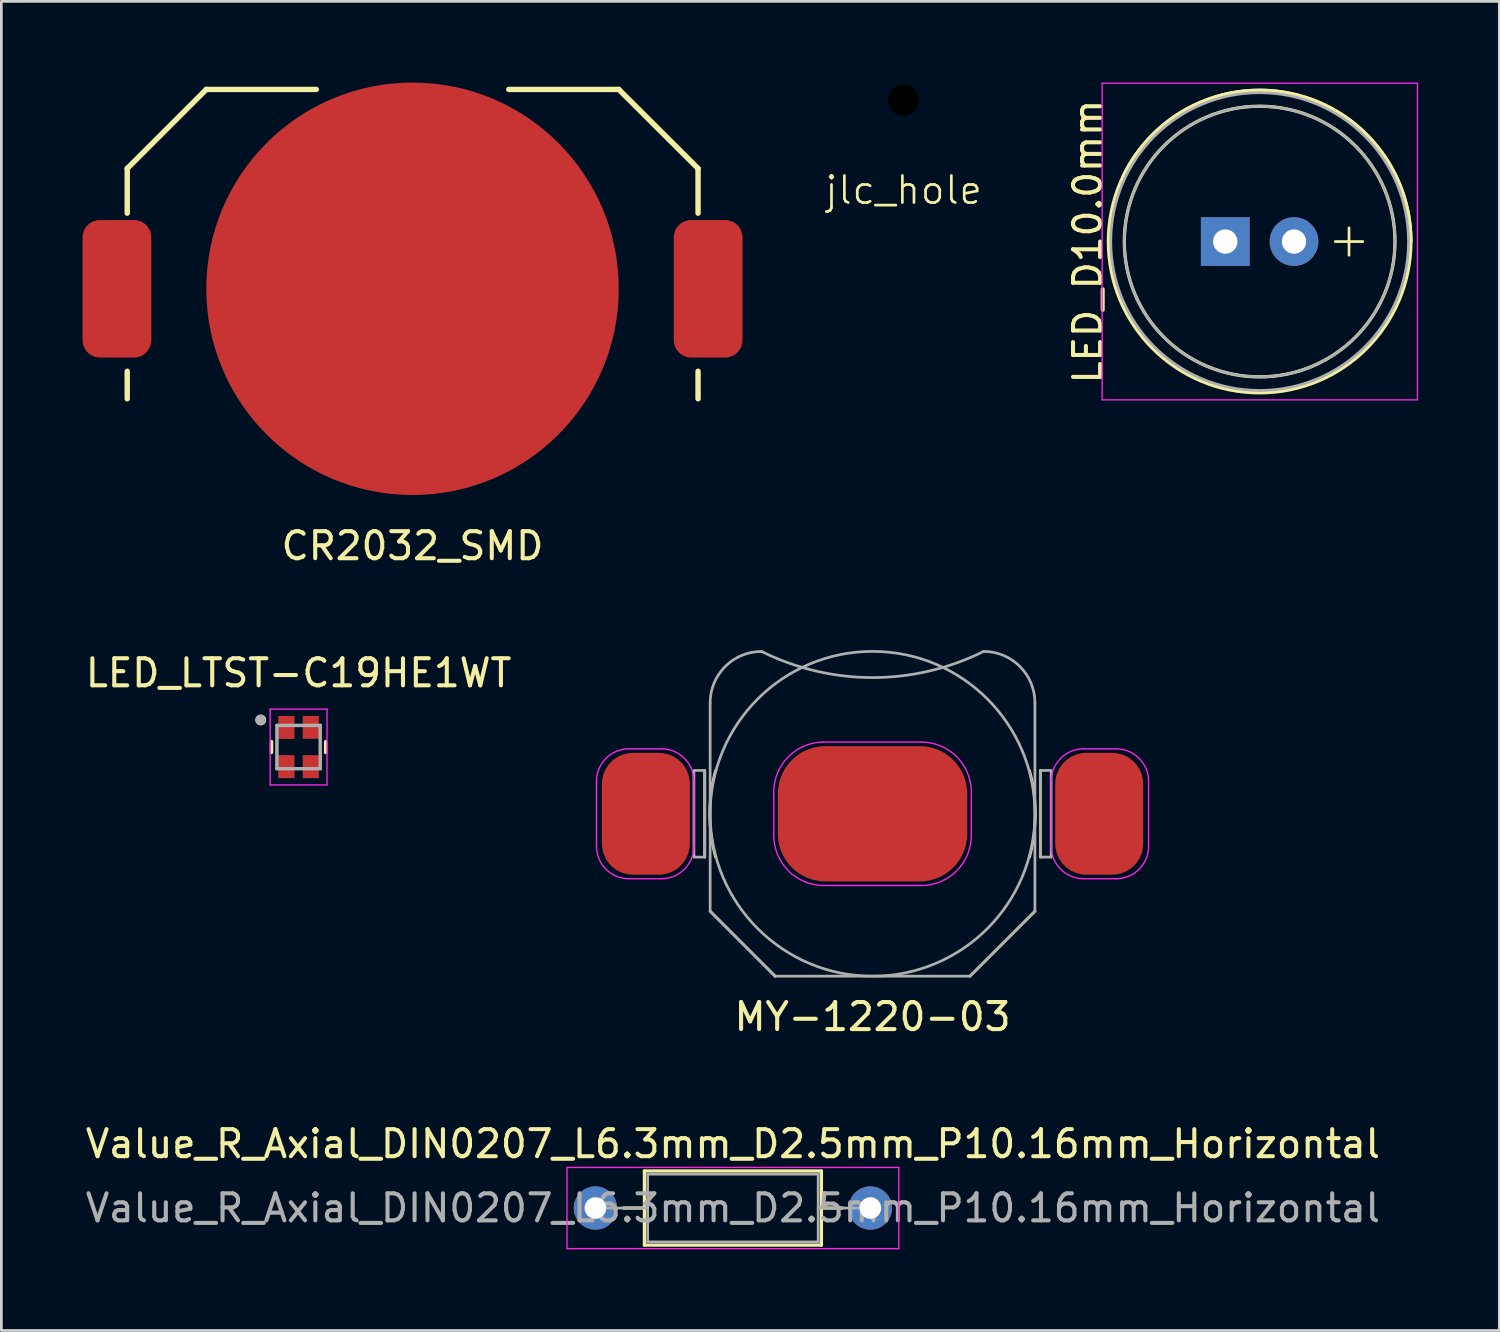
<source format=kicad_pcb>
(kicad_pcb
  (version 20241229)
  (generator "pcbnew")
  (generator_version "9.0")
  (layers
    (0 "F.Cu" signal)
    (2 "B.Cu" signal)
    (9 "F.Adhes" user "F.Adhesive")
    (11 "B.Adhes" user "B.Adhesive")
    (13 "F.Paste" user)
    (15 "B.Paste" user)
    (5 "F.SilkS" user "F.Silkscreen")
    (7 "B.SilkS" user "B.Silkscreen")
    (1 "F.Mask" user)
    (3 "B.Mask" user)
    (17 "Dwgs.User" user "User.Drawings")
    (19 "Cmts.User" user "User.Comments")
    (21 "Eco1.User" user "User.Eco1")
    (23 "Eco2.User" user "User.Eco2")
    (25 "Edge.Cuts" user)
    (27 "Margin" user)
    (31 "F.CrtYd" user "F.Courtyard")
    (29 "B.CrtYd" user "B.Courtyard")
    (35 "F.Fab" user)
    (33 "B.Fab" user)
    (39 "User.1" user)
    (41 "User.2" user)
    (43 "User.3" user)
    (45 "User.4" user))
  (footprint "LED_D10.0mm"
    (layer "F.Cu")
    (at 42.222 5.875)
    (property "Reference" "LED_D10.0mm" (at -5.08 0 90) (layer "F.SilkS") (effects (font (size 1 1) (thickness 0.15))))
    (attr through_hole)
    (fp_line (start 4.064 0) (end 5.08 0) (stroke (width 0.1) (type default)) (layer "F.SilkS"))
    (fp_line (start 4.572 -0.508) (end 4.572 0.508) (stroke (width 0.1) (type default)) (layer "F.SilkS"))
    (fp_arc (start -3.79 -2.375816) (mid 2.484794 -5.456407) (end 6.859998 -0.004741) (stroke (width 0.12) (type solid)) (layer "F.SilkS"))
    (fp_circle (center 1.27 0) (end 6.27 0) (stroke (width 0.12) (type solid)) (fill no) (layer "F.SilkS"))
    (fp_circle (center 1.27 0) (end 6.859 0) (stroke (width 0.12) (type default)) (fill no) (layer "F.SilkS"))
    (fp_line (start -4.55 -5.85) (end -4.55 5.85) (stroke (width 0.05) (type solid)) (layer "F.CrtYd"))
    (fp_line (start -4.55 5.85) (end 7.1 5.85) (stroke (width 0.05) (type solid)) (layer "F.CrtYd"))
    (fp_line (start 7.1 -5.85) (end -4.55 -5.85) (stroke (width 0.05) (type solid)) (layer "F.CrtYd"))
    (fp_line (start 7.1 5.85) (end 7.1 -5.85) (stroke (width 0.05) (type solid)) (layer "F.CrtYd"))
    (fp_circle (center 1.27 0) (end -3.73 -2.291) (stroke (width 0.1) (type default)) (fill no) (layer "F.Fab"))
    (fp_circle (center 1.27 0) (end 6.27 0) (stroke (width 0.1) (type solid)) (fill no) (layer "F.Fab"))
    (pad "1" thru_hole rect (at 0 0) (size 1.8 1.8) (drill 0.9) (layers "*.Cu" "*.Mask"))
    (pad "2" thru_hole circle (at 2.54 0) (size 1.8 1.8) (drill 0.9) (layers "*.Cu" "*.Mask")))
  (footprint "Value_R_Axial_DIN0207_L6.3mm_D2.5mm_P10.16mm_Horizontal"
    (layer "F.Cu")
    (at 18.95 41.585)
    (property "Reference" "Value_R_Axial_DIN0207_L6.3mm_D2.5mm_P10.16mm_Horizontal" (at 5.08 -2.37 0) (layer "F.SilkS") (effects (font (size 1 1) (thickness 0.15))))
    (attr through_hole)
    (fp_line (start 1.04 0) (end 1.81 0) (stroke (width 0.12) (type solid)) (layer "F.SilkS"))
    (fp_line (start 1.81 -1.37) (end 1.81 1.37) (stroke (width 0.12) (type solid)) (layer "F.SilkS"))
    (fp_line (start 1.81 1.37) (end 8.35 1.37) (stroke (width 0.12) (type solid)) (layer "F.SilkS"))
    (fp_line (start 8.35 -1.37) (end 1.81 -1.37) (stroke (width 0.12) (type solid)) (layer "F.SilkS"))
    (fp_line (start 8.35 1.37) (end 8.35 -1.37) (stroke (width 0.12) (type solid)) (layer "F.SilkS"))
    (fp_line (start 9.12 0) (end 8.35 0) (stroke (width 0.12) (type solid)) (layer "F.SilkS"))
    (fp_line (start -1.05 -1.5) (end -1.05 1.5) (stroke (width 0.05) (type solid)) (layer "F.CrtYd"))
    (fp_line (start -1.05 1.5) (end 11.21 1.5) (stroke (width 0.05) (type solid)) (layer "F.CrtYd"))
    (fp_line (start 11.21 -1.5) (end -1.05 -1.5) (stroke (width 0.05) (type solid)) (layer "F.CrtYd"))
    (fp_line (start 11.21 1.5) (end 11.21 -1.5) (stroke (width 0.05) (type solid)) (layer "F.CrtYd"))
    (fp_line (start 0 0) (end 1.93 0) (stroke (width 0.1) (type solid)) (layer "F.Fab"))
    (fp_line (start 1.93 -1.25) (end 1.93 1.25) (stroke (width 0.1) (type solid)) (layer "F.Fab"))
    (fp_line (start 1.93 1.25) (end 8.23 1.25) (stroke (width 0.1) (type solid)) (layer "F.Fab"))
    (fp_line (start 8.23 -1.25) (end 1.93 -1.25) (stroke (width 0.1) (type solid)) (layer "F.Fab"))
    (fp_line (start 8.23 1.25) (end 8.23 -1.25) (stroke (width 0.1) (type solid)) (layer "F.Fab"))
    (fp_line (start 10.16 0) (end 8.23 0) (stroke (width 0.1) (type solid)) (layer "F.Fab"))
    (fp_text user "${REFERENCE}" (at 5.08 0 0) (layer "F.Fab") (effects (font (size 1 1) (thickness 0.15))))
    (pad "1" thru_hole circle (at 0 0) (size 1.6 1.6) (drill 0.8) (layers "*.Cu" "*.Mask"))
    (pad "2" thru_hole oval (at 10.16 0) (size 1.6 1.6) (drill 0.8) (layers "*.Cu" "*.Mask")))
  (footprint "CR2032_SMD"
    (layer "F.Cu")
    (at 12.192 7.62)
    (property "Reference" "CR2032_SMD" (at 0 9.5 0) (unlocked yes) (layer "F.SilkS") (effects (font (size 1 1) (thickness 0.15))))
    (attr smd)
    (fp_line (start -10.541 -4.445) (end -10.541 -2.794) (stroke (width 0.2) (type default)) (layer "F.SilkS"))
    (fp_line (start -10.541 3.048) (end -10.541 4.064) (stroke (width 0.2) (type default)) (layer "F.SilkS"))
    (fp_line (start -7.62 -7.366) (end -10.541 -4.445) (stroke (width 0.2) (type default)) (layer "F.SilkS"))
    (fp_line (start -7.62 -7.366) (end -3.556 -7.366) (stroke (width 0.2) (type default)) (layer "F.SilkS"))
    (fp_line (start 3.556 -7.366) (end 7.62 -7.366) (stroke (width 0.2) (type default)) (layer "F.SilkS"))
    (fp_line (start 7.62 -7.366) (end 10.55 -4.445) (stroke (width 0.2) (type default)) (layer "F.SilkS"))
    (fp_line (start 10.55 -4.445) (end 10.55 -2.794) (stroke (width 0.2) (type default)) (layer "F.SilkS"))
    (fp_line (start 10.55 3.048) (end 10.55 4.064) (stroke (width 0.2) (type default)) (layer "F.SilkS"))
    (pad "1" smd roundrect (at -10.922 0) (size 2.54 5.08) (layers "F.Cu" "F.Mask" "F.Paste") (roundrect_rratio 0.25))
    (pad "1" smd roundrect (at 10.922 0) (size 2.54 5.08) (layers "F.Cu" "F.Mask" "F.Paste") (roundrect_rratio 0.25))
    (pad "2" smd circle (at 0 0) (size 15.24 15.24) (layers "F.Cu" "F.Mask" "F.Paste")))
  (footprint "jlc_hole"
    (layer "F.Cu")
    (at 30.339 0.65)
    (property "Reference" "jlc_hole" (at 0 3.326 0) (unlocked yes) (layer "F.SilkS") (effects (font (size 1 1) (thickness 0.1))))
    (attr through_hole)
    (pad "" np_thru_hole circle (at 0 0) (size 1.3 1.3) (drill 1.152) (layers "*.Mask")))
  (footprint "LED_LTST-C19HE1WT"
    (layer "F.Cu")
    (at 7.982 24.552)
    (property "Reference" "LED_LTST-C19HE1WT" (at 0 -2.735 0) (layer "F.SilkS") (effects (font (size 1 1) (thickness 0.15))))
    (attr smd)
    (fp_line (start -1 -0.2) (end -1 0.2) (stroke (width 0.127) (type solid)) (layer "F.SilkS"))
    (fp_line (start 1 -0.2) (end 1 0.2) (stroke (width 0.127) (type solid)) (layer "F.SilkS"))
    (fp_circle (center -1.4 -1) (end -1.3 -1) (stroke (width 0.2) (type solid)) (fill no) (layer "F.SilkS"))
    (fp_line (start -1.05 -1.4) (end 1.05 -1.4) (stroke (width 0.05) (type solid)) (layer "F.CrtYd"))
    (fp_line (start -1.05 1.4) (end -1.05 -1.4) (stroke (width 0.05) (type solid)) (layer "F.CrtYd"))
    (fp_line (start 1.05 -1.4) (end 1.05 1.4) (stroke (width 0.05) (type solid)) (layer "F.CrtYd"))
    (fp_line (start 1.05 1.4) (end -1.05 1.4) (stroke (width 0.05) (type solid)) (layer "F.CrtYd"))
    (fp_line (start -0.8 -0.8) (end -0.8 0.8) (stroke (width 0.127) (type solid)) (layer "F.Fab"))
    (fp_line (start -0.8 -0.8) (end 0.8 -0.8) (stroke (width 0.127) (type solid)) (layer "F.Fab"))
    (fp_line (start 0.8 -0.8) (end 0.8 0.8) (stroke (width 0.127) (type solid)) (layer "F.Fab"))
    (fp_line (start 0.8 0.8) (end -0.8 0.8) (stroke (width 0.127) (type solid)) (layer "F.Fab"))
    (fp_circle (center -1.4 -1) (end -1.3 -1) (stroke (width 0.2) (type solid)) (fill no) (layer "F.Fab"))
    (pad "1" smd rect (at -0.451 -0.725) (size 0.598 0.85) (layers "F.Cu" "F.Mask" "F.Paste"))
    (pad "2" smd rect (at 0.451 -0.727) (size 0.598 0.845) (layers "F.Cu" "F.Mask" "F.Paste"))
    (pad "3" smd rect (at 0.451 0.725) (size 0.598 0.85) (layers "F.Cu" "F.Mask" "F.Paste"))
    (pad "4" smd rect (at -0.451 0.725) (size 0.598 0.85) (layers "F.Cu" "F.Mask" "F.Paste")))
  (footprint "MY-1220-03"
    (layer "F.Cu")
    (at 29.189 27.018)
    (property "Reference" "MY-1220-03" (at 0 7.5 0) (unlocked yes) (layer "F.SilkS") (effects (font (size 1 1) (thickness 0.15))))
    (attr smd)
    (fp_line (start -6.2 -1.6) (end -6.2 1.6) (stroke (width 0.1) (type default)) (layer "F.SilkS"))
    (fp_line (start -6 3.6) (end -3.6 6) (stroke (width 0.1) (type default)) (layer "F.SilkS"))
    (fp_line (start 6 3.6) (end 3.6 6) (stroke (width 0.1) (type default)) (layer "F.SilkS"))
    (fp_line (start 6.2 -1.6) (end 6.2 1.6) (stroke (width 0.1) (type default)) (layer "F.SilkS"))
    (fp_arc (start -5.799999 1.6) (mid -6.016643 0) (end -5.799999 -1.6) (stroke (width 0.1) (type default)) (layer "F.SilkS"))
    (fp_arc (start 5.799999 -1.6) (mid 6.016643 0) (end 5.799999 1.6) (stroke (width 0.1) (type default)) (layer "F.SilkS"))
    (fp_line (start -10.2 -1.2) (end -10.2 1.2) (stroke (width 0.05) (type default)) (layer "F.CrtYd"))
    (fp_line (start -7.8 -2.4) (end -9 -2.4) (stroke (width 0.05) (type default)) (layer "F.CrtYd"))
    (fp_line (start -7.8 2.4) (end -9 2.4) (stroke (width 0.05) (type default)) (layer "F.CrtYd"))
    (fp_line (start -6.6 1.2) (end -6.6 -1.2) (stroke (width 0.05) (type default)) (layer "F.CrtYd"))
    (fp_line (start -3.65 -0.8) (end -3.65 0.8) (stroke (width 0.05) (type default)) (layer "F.CrtYd"))
    (fp_line (start -1.8 -2.65) (end 1.8 -2.65) (stroke (width 0.05) (type default)) (layer "F.CrtYd"))
    (fp_line (start 1.8 2.65) (end -1.8 2.65) (stroke (width 0.05) (type default)) (layer "F.CrtYd"))
    (fp_line (start 3.65 0.8) (end 3.65 -0.8) (stroke (width 0.05) (type default)) (layer "F.CrtYd"))
    (fp_line (start 6.6 -1.2) (end 6.6 1.2) (stroke (width 0.05) (type default)) (layer "F.CrtYd"))
    (fp_line (start 7.8 -2.4) (end 9 -2.4) (stroke (width 0.05) (type default)) (layer "F.CrtYd"))
    (fp_line (start 7.8 2.4) (end 9 2.4) (stroke (width 0.05) (type default)) (layer "F.CrtYd"))
    (fp_line (start 10.2 1.2) (end 10.2 -1.2) (stroke (width 0.05) (type default)) (layer "F.CrtYd"))
    (fp_arc (start -10.2 -1.2) (mid -9.848528 -2.048528) (end -9 -2.4) (stroke (width 0.05) (type default)) (layer "F.CrtYd"))
    (fp_arc (start -9 2.4) (mid -9.848528 2.048528) (end -10.2 1.2) (stroke (width 0.05) (type default)) (layer "F.CrtYd"))
    (fp_arc (start -7.8 -2.4) (mid -6.951472 -2.048528) (end -6.6 -1.2) (stroke (width 0.05) (type default)) (layer "F.CrtYd"))
    (fp_arc (start -6.6 1.2) (mid -6.951472 2.048528) (end -7.8 2.4) (stroke (width 0.05) (type default)) (layer "F.CrtYd"))
    (fp_arc (start -3.65 -0.8) (mid -3.108148 -2.108148) (end -1.8 -2.65) (stroke (width 0.05) (type default)) (layer "F.CrtYd"))
    (fp_arc (start -1.8 2.65) (mid -3.108148 2.108148) (end -3.65 0.8) (stroke (width 0.05) (type default)) (layer "F.CrtYd"))
    (fp_arc (start 1.8 -2.65) (mid 3.108148 -2.108148) (end 3.65 -0.8) (stroke (width 0.05) (type default)) (layer "F.CrtYd"))
    (fp_arc (start 3.65 0.8) (mid 3.108148 2.108148) (end 1.8 2.65) (stroke (width 0.05) (type default)) (layer "F.CrtYd"))
    (fp_arc (start 6.6 -1.2) (mid 6.951472 -2.048528) (end 7.8 -2.4) (stroke (width 0.05) (type default)) (layer "F.CrtYd"))
    (fp_arc (start 7.8 2.4) (mid 6.951472 2.048528) (end 6.6 1.2) (stroke (width 0.05) (type default)) (layer "F.CrtYd"))
    (fp_arc (start 9 -2.4) (mid 9.848528 -2.048528) (end 10.2 -1.2) (stroke (width 0.05) (type default)) (layer "F.CrtYd"))
    (fp_arc (start 10.2 1.2) (mid 9.848528 2.048528) (end 9 2.4) (stroke (width 0.05) (type default)) (layer "F.CrtYd"))
    (fp_line (start -6.2 -1.6) (end -6.2 1.6) (stroke (width 0.1) (type default)) (layer "F.Fab"))
    (fp_line (start -6 -4.1) (end -6 3.6) (stroke (width 0.1) (type default)) (layer "F.Fab"))
    (fp_line (start -6 3.6) (end -3.6 6) (stroke (width 0.1) (type default)) (layer "F.Fab"))
    (fp_line (start -3.6 6) (end 3.6 6) (stroke (width 0.1) (type default)) (layer "F.Fab"))
    (fp_line (start 6 -4.1) (end 6 3.6) (stroke (width 0.1) (type default)) (layer "F.Fab"))
    (fp_line (start 6 3.6) (end 3.6 6) (stroke (width 0.1) (type default)) (layer "F.Fab"))
    (fp_rect (start -6.6 -1.6) (end -6.2 1.6) (stroke (width 0.1) (type default)) (fill no) (layer "F.Fab"))
    (fp_rect (start 6.2 -1.6) (end 6.6 1.6) (stroke (width 0.1) (type default)) (fill no) (layer "F.Fab"))
    (fp_arc (start -6 -4.1) (mid -5.444272 -5.441646) (end -4.102626 -5.997374) (stroke (width 0.1) (type default)) (layer "F.Fab"))
    (fp_arc (start 4.101048 -5.997897) (mid 0.000586 -5.032404) (end -4.1 -5.997374) (stroke (width 0.1) (type default)) (layer "F.Fab"))
    (fp_arc (start 4.101049 -6) (mid 5.443874 -5.443132) (end 6 -4.1) (stroke (width 0.1) (type default)) (layer "F.Fab"))
    (fp_circle (center 0 0) (end 6 0) (stroke (width 0.1) (type default)) (fill no) (layer "F.Fab"))
    (pad "1" smd roundrect (at -8.375 0) (size 3.25 4.5) (layers "F.Cu" "F.Mask" "F.Paste") (roundrect_rratio 0.351))
    (pad "1" smd roundrect (at 8.375 0) (size 3.25 4.5) (layers "F.Cu" "F.Mask" "F.Paste") (roundrect_rratio 0.351))
    (pad "2" smd roundrect (at 0 0) (size 7 5) (layers "F.Cu" "F.Mask" "F.Paste") (roundrect_rratio 0.351)))
  (gr_rect
    (start -3 -3)
    (end 52.347 46.11)
    (stroke (width 0.1) (type default))
    (fill no)
    (layer "Edge.Cuts")))
</source>
